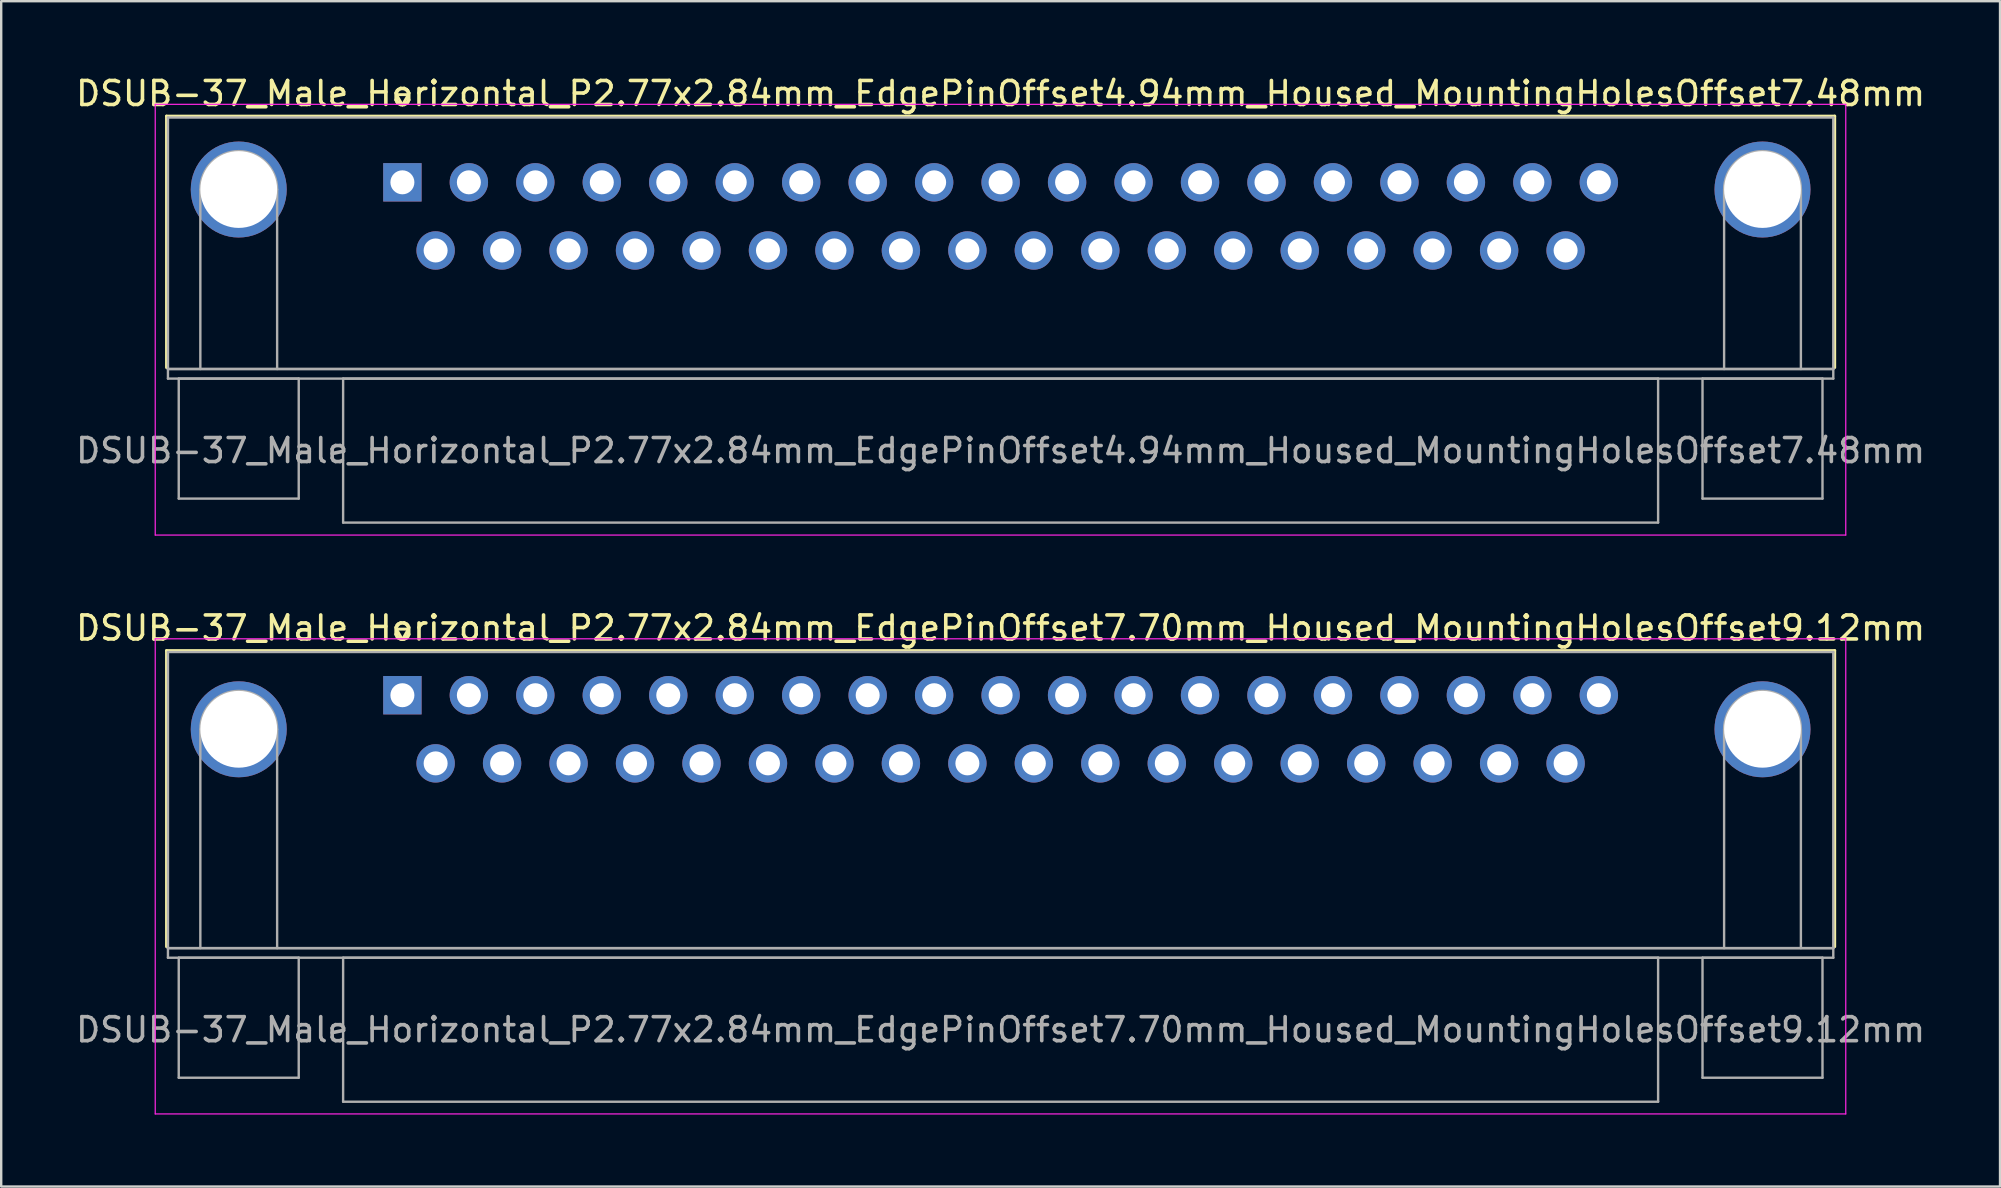
<source format=kicad_pcb>
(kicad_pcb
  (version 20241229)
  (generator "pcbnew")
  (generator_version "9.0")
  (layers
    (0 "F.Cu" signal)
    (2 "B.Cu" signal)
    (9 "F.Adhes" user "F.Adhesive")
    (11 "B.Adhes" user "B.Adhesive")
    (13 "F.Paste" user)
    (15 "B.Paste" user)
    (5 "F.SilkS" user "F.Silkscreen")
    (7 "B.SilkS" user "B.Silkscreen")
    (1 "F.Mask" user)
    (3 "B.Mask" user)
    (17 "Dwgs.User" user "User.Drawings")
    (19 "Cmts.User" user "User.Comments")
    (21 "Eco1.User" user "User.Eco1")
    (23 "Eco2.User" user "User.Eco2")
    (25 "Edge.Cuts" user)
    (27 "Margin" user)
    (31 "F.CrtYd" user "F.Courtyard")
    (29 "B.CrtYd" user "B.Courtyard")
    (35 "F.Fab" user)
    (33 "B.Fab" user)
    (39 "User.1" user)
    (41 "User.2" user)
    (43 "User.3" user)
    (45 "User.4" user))
  (footprint "DSUB-37_Male_Horizontal_P2.77x2.84mm_EdgePinOffset7.70mm_Housed_MountingHolesOffset9.12mm"
    (layer "F.Cu")
    (at 13.719 25.922)
    (property "Reference" "DSUB-37_Male_Horizontal_P2.77x2.84mm_EdgePinOffset7.70mm_Housed_MountingHolesOffset9.12mm" (at 24.93 -2.8 0) (layer "F.SilkS") (effects (font (size 1 1) (thickness 0.15))))
    (attr through_hole)
    (fp_line (start -9.83 -1.86) (end 59.69 -1.86) (stroke (width 0.12) (type solid)) (layer "F.SilkS"))
    (fp_line (start -9.83 10.48) (end -9.83 -1.86) (stroke (width 0.12) (type solid)) (layer "F.SilkS"))
    (fp_line (start -0.25 -2.754) (end 0.25 -2.754) (stroke (width 0.12) (type solid)) (layer "F.SilkS"))
    (fp_line (start 0 -2.321) (end -0.25 -2.754) (stroke (width 0.12) (type solid)) (layer "F.SilkS"))
    (fp_line (start 0.25 -2.754) (end 0 -2.321) (stroke (width 0.12) (type solid)) (layer "F.SilkS"))
    (fp_line (start 59.69 -1.86) (end 59.69 10.48) (stroke (width 0.12) (type solid)) (layer "F.SilkS"))
    (fp_line (start -10.3 -2.35) (end -10.3 17.45) (stroke (width 0.05) (type solid)) (layer "F.CrtYd"))
    (fp_line (start -10.3 17.45) (end 60.15 17.45) (stroke (width 0.05) (type solid)) (layer "F.CrtYd"))
    (fp_line (start 60.15 -2.35) (end -10.3 -2.35) (stroke (width 0.05) (type solid)) (layer "F.CrtYd"))
    (fp_line (start 60.15 17.45) (end 60.15 -2.35) (stroke (width 0.05) (type solid)) (layer "F.CrtYd"))
    (fp_line (start -9.77 -1.8) (end -9.77 10.54) (stroke (width 0.1) (type solid)) (layer "F.Fab"))
    (fp_line (start -9.77 10.54) (end -9.77 10.94) (stroke (width 0.1) (type solid)) (layer "F.Fab"))
    (fp_line (start -9.77 10.54) (end 59.63 10.54) (stroke (width 0.1) (type solid)) (layer "F.Fab"))
    (fp_line (start -9.77 10.94) (end 59.63 10.94) (stroke (width 0.1) (type solid)) (layer "F.Fab"))
    (fp_line (start -9.32 10.94) (end -9.32 15.94) (stroke (width 0.1) (type solid)) (layer "F.Fab"))
    (fp_line (start -9.32 15.94) (end -4.32 15.94) (stroke (width 0.1) (type solid)) (layer "F.Fab"))
    (fp_line (start -8.42 10.54) (end -8.42 1.42) (stroke (width 0.1) (type solid)) (layer "F.Fab"))
    (fp_line (start -5.22 10.54) (end -5.22 1.42) (stroke (width 0.1) (type solid)) (layer "F.Fab"))
    (fp_line (start -4.32 10.94) (end -9.32 10.94) (stroke (width 0.1) (type solid)) (layer "F.Fab"))
    (fp_line (start -4.32 15.94) (end -4.32 10.94) (stroke (width 0.1) (type solid)) (layer "F.Fab"))
    (fp_line (start -2.47 10.94) (end -2.47 16.94) (stroke (width 0.1) (type solid)) (layer "F.Fab"))
    (fp_line (start -2.47 16.94) (end 52.33 16.94) (stroke (width 0.1) (type solid)) (layer "F.Fab"))
    (fp_line (start 52.33 10.94) (end -2.47 10.94) (stroke (width 0.1) (type solid)) (layer "F.Fab"))
    (fp_line (start 52.33 16.94) (end 52.33 10.94) (stroke (width 0.1) (type solid)) (layer "F.Fab"))
    (fp_line (start 54.18 10.94) (end 54.18 15.94) (stroke (width 0.1) (type solid)) (layer "F.Fab"))
    (fp_line (start 54.18 15.94) (end 59.18 15.94) (stroke (width 0.1) (type solid)) (layer "F.Fab"))
    (fp_line (start 55.08 10.54) (end 55.08 1.42) (stroke (width 0.1) (type solid)) (layer "F.Fab"))
    (fp_line (start 58.28 10.54) (end 58.28 1.42) (stroke (width 0.1) (type solid)) (layer "F.Fab"))
    (fp_line (start 59.18 10.94) (end 54.18 10.94) (stroke (width 0.1) (type solid)) (layer "F.Fab"))
    (fp_line (start 59.18 15.94) (end 59.18 10.94) (stroke (width 0.1) (type solid)) (layer "F.Fab"))
    (fp_line (start 59.63 -1.8) (end -9.77 -1.8) (stroke (width 0.1) (type solid)) (layer "F.Fab"))
    (fp_line (start 59.63 10.54) (end -9.77 10.54) (stroke (width 0.1) (type solid)) (layer "F.Fab"))
    (fp_line (start 59.63 10.54) (end 59.63 -1.8) (stroke (width 0.1) (type solid)) (layer "F.Fab"))
    (fp_line (start 59.63 10.94) (end 59.63 10.54) (stroke (width 0.1) (type solid)) (layer "F.Fab"))
    (fp_arc (start -8.42 1.42) (mid -6.82 -0.18) (end -5.22 1.42) (stroke (width 0.1) (type solid)) (layer "F.Fab"))
    (fp_arc (start 55.08 1.42) (mid 56.68 -0.18) (end 58.28 1.42) (stroke (width 0.1) (type solid)) (layer "F.Fab"))
    (fp_text user "${REFERENCE}" (at 24.93 13.94 0) (layer "F.Fab") (effects (font (size 1 1) (thickness 0.15))))
    (pad "0" thru_hole circle (at -6.82 1.42) (size 4 4) (drill 3.2) (layers "*.Cu" "*.Mask"))
    (pad "0" thru_hole circle (at 56.68 1.42) (size 4 4) (drill 3.2) (layers "*.Cu" "*.Mask"))
    (pad "1" thru_hole rect (at 0 0) (size 1.6 1.6) (drill 1) (layers "*.Cu" "*.Mask"))
    (pad "2" thru_hole circle (at 2.77 0) (size 1.6 1.6) (drill 1) (layers "*.Cu" "*.Mask"))
    (pad "3" thru_hole circle (at 5.54 0) (size 1.6 1.6) (drill 1) (layers "*.Cu" "*.Mask"))
    (pad "4" thru_hole circle (at 8.31 0) (size 1.6 1.6) (drill 1) (layers "*.Cu" "*.Mask"))
    (pad "5" thru_hole circle (at 11.08 0) (size 1.6 1.6) (drill 1) (layers "*.Cu" "*.Mask"))
    (pad "6" thru_hole circle (at 13.85 0) (size 1.6 1.6) (drill 1) (layers "*.Cu" "*.Mask"))
    (pad "7" thru_hole circle (at 16.62 0) (size 1.6 1.6) (drill 1) (layers "*.Cu" "*.Mask"))
    (pad "8" thru_hole circle (at 19.39 0) (size 1.6 1.6) (drill 1) (layers "*.Cu" "*.Mask"))
    (pad "9" thru_hole circle (at 22.16 0) (size 1.6 1.6) (drill 1) (layers "*.Cu" "*.Mask"))
    (pad "10" thru_hole circle (at 24.93 0) (size 1.6 1.6) (drill 1) (layers "*.Cu" "*.Mask"))
    (pad "11" thru_hole circle (at 27.7 0) (size 1.6 1.6) (drill 1) (layers "*.Cu" "*.Mask"))
    (pad "12" thru_hole circle (at 30.47 0) (size 1.6 1.6) (drill 1) (layers "*.Cu" "*.Mask"))
    (pad "13" thru_hole circle (at 33.24 0) (size 1.6 1.6) (drill 1) (layers "*.Cu" "*.Mask"))
    (pad "14" thru_hole circle (at 36.01 0) (size 1.6 1.6) (drill 1) (layers "*.Cu" "*.Mask"))
    (pad "15" thru_hole circle (at 38.78 0) (size 1.6 1.6) (drill 1) (layers "*.Cu" "*.Mask"))
    (pad "16" thru_hole circle (at 41.55 0) (size 1.6 1.6) (drill 1) (layers "*.Cu" "*.Mask"))
    (pad "17" thru_hole circle (at 44.32 0) (size 1.6 1.6) (drill 1) (layers "*.Cu" "*.Mask"))
    (pad "18" thru_hole circle (at 47.09 0) (size 1.6 1.6) (drill 1) (layers "*.Cu" "*.Mask"))
    (pad "19" thru_hole circle (at 49.86 0) (size 1.6 1.6) (drill 1) (layers "*.Cu" "*.Mask"))
    (pad "20" thru_hole circle (at 1.385 2.84) (size 1.6 1.6) (drill 1) (layers "*.Cu" "*.Mask"))
    (pad "21" thru_hole circle (at 4.155 2.84) (size 1.6 1.6) (drill 1) (layers "*.Cu" "*.Mask"))
    (pad "22" thru_hole circle (at 6.925 2.84) (size 1.6 1.6) (drill 1) (layers "*.Cu" "*.Mask"))
    (pad "23" thru_hole circle (at 9.695 2.84) (size 1.6 1.6) (drill 1) (layers "*.Cu" "*.Mask"))
    (pad "24" thru_hole circle (at 12.465 2.84) (size 1.6 1.6) (drill 1) (layers "*.Cu" "*.Mask"))
    (pad "25" thru_hole circle (at 15.235 2.84) (size 1.6 1.6) (drill 1) (layers "*.Cu" "*.Mask"))
    (pad "26" thru_hole circle (at 18.005 2.84) (size 1.6 1.6) (drill 1) (layers "*.Cu" "*.Mask"))
    (pad "27" thru_hole circle (at 20.775 2.84) (size 1.6 1.6) (drill 1) (layers "*.Cu" "*.Mask"))
    (pad "28" thru_hole circle (at 23.545 2.84) (size 1.6 1.6) (drill 1) (layers "*.Cu" "*.Mask"))
    (pad "29" thru_hole circle (at 26.315 2.84) (size 1.6 1.6) (drill 1) (layers "*.Cu" "*.Mask"))
    (pad "30" thru_hole circle (at 29.085 2.84) (size 1.6 1.6) (drill 1) (layers "*.Cu" "*.Mask"))
    (pad "31" thru_hole circle (at 31.855 2.84) (size 1.6 1.6) (drill 1) (layers "*.Cu" "*.Mask"))
    (pad "32" thru_hole circle (at 34.625 2.84) (size 1.6 1.6) (drill 1) (layers "*.Cu" "*.Mask"))
    (pad "33" thru_hole circle (at 37.395 2.84) (size 1.6 1.6) (drill 1) (layers "*.Cu" "*.Mask"))
    (pad "34" thru_hole circle (at 40.165 2.84) (size 1.6 1.6) (drill 1) (layers "*.Cu" "*.Mask"))
    (pad "35" thru_hole circle (at 42.935 2.84) (size 1.6 1.6) (drill 1) (layers "*.Cu" "*.Mask"))
    (pad "36" thru_hole circle (at 45.705 2.84) (size 1.6 1.6) (drill 1) (layers "*.Cu" "*.Mask"))
    (pad "37" thru_hole circle (at 48.475 2.84) (size 1.6 1.6) (drill 1) (layers "*.Cu" "*.Mask")))
  (footprint "DSUB-37_Male_Horizontal_P2.77x2.84mm_EdgePinOffset4.94mm_Housed_MountingHolesOffset7.48mm"
    (layer "F.Cu")
    (at 13.719 4.548)
    (property "Reference" "DSUB-37_Male_Horizontal_P2.77x2.84mm_EdgePinOffset4.94mm_Housed_MountingHolesOffset7.48mm" (at 24.93 -3.7 0) (layer "F.SilkS") (effects (font (size 1 1) (thickness 0.15))))
    (attr through_hole)
    (fp_line (start -9.83 -2.76) (end 59.69 -2.76) (stroke (width 0.12) (type solid)) (layer "F.SilkS"))
    (fp_line (start -9.83 7.72) (end -9.83 -2.76) (stroke (width 0.12) (type solid)) (layer "F.SilkS"))
    (fp_line (start -0.25 -3.654) (end 0.25 -3.654) (stroke (width 0.12) (type solid)) (layer "F.SilkS"))
    (fp_line (start 0 -3.221) (end -0.25 -3.654) (stroke (width 0.12) (type solid)) (layer "F.SilkS"))
    (fp_line (start 0.25 -3.654) (end 0 -3.221) (stroke (width 0.12) (type solid)) (layer "F.SilkS"))
    (fp_line (start 59.69 -2.76) (end 59.69 7.72) (stroke (width 0.12) (type solid)) (layer "F.SilkS"))
    (fp_line (start -10.3 -3.25) (end -10.3 14.7) (stroke (width 0.05) (type solid)) (layer "F.CrtYd"))
    (fp_line (start -10.3 14.7) (end 60.15 14.7) (stroke (width 0.05) (type solid)) (layer "F.CrtYd"))
    (fp_line (start 60.15 -3.25) (end -10.3 -3.25) (stroke (width 0.05) (type solid)) (layer "F.CrtYd"))
    (fp_line (start 60.15 14.7) (end 60.15 -3.25) (stroke (width 0.05) (type solid)) (layer "F.CrtYd"))
    (fp_line (start -9.77 -2.7) (end -9.77 7.78) (stroke (width 0.1) (type solid)) (layer "F.Fab"))
    (fp_line (start -9.77 7.78) (end -9.77 8.18) (stroke (width 0.1) (type solid)) (layer "F.Fab"))
    (fp_line (start -9.77 7.78) (end 59.63 7.78) (stroke (width 0.1) (type solid)) (layer "F.Fab"))
    (fp_line (start -9.77 8.18) (end 59.63 8.18) (stroke (width 0.1) (type solid)) (layer "F.Fab"))
    (fp_line (start -9.32 8.18) (end -9.32 13.18) (stroke (width 0.1) (type solid)) (layer "F.Fab"))
    (fp_line (start -9.32 13.18) (end -4.32 13.18) (stroke (width 0.1) (type solid)) (layer "F.Fab"))
    (fp_line (start -8.42 7.78) (end -8.42 0.3) (stroke (width 0.1) (type solid)) (layer "F.Fab"))
    (fp_line (start -5.22 7.78) (end -5.22 0.3) (stroke (width 0.1) (type solid)) (layer "F.Fab"))
    (fp_line (start -4.32 8.18) (end -9.32 8.18) (stroke (width 0.1) (type solid)) (layer "F.Fab"))
    (fp_line (start -4.32 13.18) (end -4.32 8.18) (stroke (width 0.1) (type solid)) (layer "F.Fab"))
    (fp_line (start -2.47 8.18) (end -2.47 14.18) (stroke (width 0.1) (type solid)) (layer "F.Fab"))
    (fp_line (start -2.47 14.18) (end 52.33 14.18) (stroke (width 0.1) (type solid)) (layer "F.Fab"))
    (fp_line (start 52.33 8.18) (end -2.47 8.18) (stroke (width 0.1) (type solid)) (layer "F.Fab"))
    (fp_line (start 52.33 14.18) (end 52.33 8.18) (stroke (width 0.1) (type solid)) (layer "F.Fab"))
    (fp_line (start 54.18 8.18) (end 54.18 13.18) (stroke (width 0.1) (type solid)) (layer "F.Fab"))
    (fp_line (start 54.18 13.18) (end 59.18 13.18) (stroke (width 0.1) (type solid)) (layer "F.Fab"))
    (fp_line (start 55.08 7.78) (end 55.08 0.3) (stroke (width 0.1) (type solid)) (layer "F.Fab"))
    (fp_line (start 58.28 7.78) (end 58.28 0.3) (stroke (width 0.1) (type solid)) (layer "F.Fab"))
    (fp_line (start 59.18 8.18) (end 54.18 8.18) (stroke (width 0.1) (type solid)) (layer "F.Fab"))
    (fp_line (start 59.18 13.18) (end 59.18 8.18) (stroke (width 0.1) (type solid)) (layer "F.Fab"))
    (fp_line (start 59.63 -2.7) (end -9.77 -2.7) (stroke (width 0.1) (type solid)) (layer "F.Fab"))
    (fp_line (start 59.63 7.78) (end -9.77 7.78) (stroke (width 0.1) (type solid)) (layer "F.Fab"))
    (fp_line (start 59.63 7.78) (end 59.63 -2.7) (stroke (width 0.1) (type solid)) (layer "F.Fab"))
    (fp_line (start 59.63 8.18) (end 59.63 7.78) (stroke (width 0.1) (type solid)) (layer "F.Fab"))
    (fp_arc (start -8.42 0.3) (mid -6.82 -1.3) (end -5.22 0.3) (stroke (width 0.1) (type solid)) (layer "F.Fab"))
    (fp_arc (start 55.08 0.3) (mid 56.68 -1.3) (end 58.28 0.3) (stroke (width 0.1) (type solid)) (layer "F.Fab"))
    (fp_text user "${REFERENCE}" (at 24.93 11.18 0) (layer "F.Fab") (effects (font (size 1 1) (thickness 0.15))))
    (pad "0" thru_hole circle (at -6.82 0.3) (size 4 4) (drill 3.2) (layers "*.Cu" "*.Mask"))
    (pad "0" thru_hole circle (at 56.68 0.3) (size 4 4) (drill 3.2) (layers "*.Cu" "*.Mask"))
    (pad "1" thru_hole rect (at 0 0) (size 1.6 1.6) (drill 1) (layers "*.Cu" "*.Mask"))
    (pad "2" thru_hole circle (at 2.77 0) (size 1.6 1.6) (drill 1) (layers "*.Cu" "*.Mask"))
    (pad "3" thru_hole circle (at 5.54 0) (size 1.6 1.6) (drill 1) (layers "*.Cu" "*.Mask"))
    (pad "4" thru_hole circle (at 8.31 0) (size 1.6 1.6) (drill 1) (layers "*.Cu" "*.Mask"))
    (pad "5" thru_hole circle (at 11.08 0) (size 1.6 1.6) (drill 1) (layers "*.Cu" "*.Mask"))
    (pad "6" thru_hole circle (at 13.85 0) (size 1.6 1.6) (drill 1) (layers "*.Cu" "*.Mask"))
    (pad "7" thru_hole circle (at 16.62 0) (size 1.6 1.6) (drill 1) (layers "*.Cu" "*.Mask"))
    (pad "8" thru_hole circle (at 19.39 0) (size 1.6 1.6) (drill 1) (layers "*.Cu" "*.Mask"))
    (pad "9" thru_hole circle (at 22.16 0) (size 1.6 1.6) (drill 1) (layers "*.Cu" "*.Mask"))
    (pad "10" thru_hole circle (at 24.93 0) (size 1.6 1.6) (drill 1) (layers "*.Cu" "*.Mask"))
    (pad "11" thru_hole circle (at 27.7 0) (size 1.6 1.6) (drill 1) (layers "*.Cu" "*.Mask"))
    (pad "12" thru_hole circle (at 30.47 0) (size 1.6 1.6) (drill 1) (layers "*.Cu" "*.Mask"))
    (pad "13" thru_hole circle (at 33.24 0) (size 1.6 1.6) (drill 1) (layers "*.Cu" "*.Mask"))
    (pad "14" thru_hole circle (at 36.01 0) (size 1.6 1.6) (drill 1) (layers "*.Cu" "*.Mask"))
    (pad "15" thru_hole circle (at 38.78 0) (size 1.6 1.6) (drill 1) (layers "*.Cu" "*.Mask"))
    (pad "16" thru_hole circle (at 41.55 0) (size 1.6 1.6) (drill 1) (layers "*.Cu" "*.Mask"))
    (pad "17" thru_hole circle (at 44.32 0) (size 1.6 1.6) (drill 1) (layers "*.Cu" "*.Mask"))
    (pad "18" thru_hole circle (at 47.09 0) (size 1.6 1.6) (drill 1) (layers "*.Cu" "*.Mask"))
    (pad "19" thru_hole circle (at 49.86 0) (size 1.6 1.6) (drill 1) (layers "*.Cu" "*.Mask"))
    (pad "20" thru_hole circle (at 1.385 2.84) (size 1.6 1.6) (drill 1) (layers "*.Cu" "*.Mask"))
    (pad "21" thru_hole circle (at 4.155 2.84) (size 1.6 1.6) (drill 1) (layers "*.Cu" "*.Mask"))
    (pad "22" thru_hole circle (at 6.925 2.84) (size 1.6 1.6) (drill 1) (layers "*.Cu" "*.Mask"))
    (pad "23" thru_hole circle (at 9.695 2.84) (size 1.6 1.6) (drill 1) (layers "*.Cu" "*.Mask"))
    (pad "24" thru_hole circle (at 12.465 2.84) (size 1.6 1.6) (drill 1) (layers "*.Cu" "*.Mask"))
    (pad "25" thru_hole circle (at 15.235 2.84) (size 1.6 1.6) (drill 1) (layers "*.Cu" "*.Mask"))
    (pad "26" thru_hole circle (at 18.005 2.84) (size 1.6 1.6) (drill 1) (layers "*.Cu" "*.Mask"))
    (pad "27" thru_hole circle (at 20.775 2.84) (size 1.6 1.6) (drill 1) (layers "*.Cu" "*.Mask"))
    (pad "28" thru_hole circle (at 23.545 2.84) (size 1.6 1.6) (drill 1) (layers "*.Cu" "*.Mask"))
    (pad "29" thru_hole circle (at 26.315 2.84) (size 1.6 1.6) (drill 1) (layers "*.Cu" "*.Mask"))
    (pad "30" thru_hole circle (at 29.085 2.84) (size 1.6 1.6) (drill 1) (layers "*.Cu" "*.Mask"))
    (pad "31" thru_hole circle (at 31.855 2.84) (size 1.6 1.6) (drill 1) (layers "*.Cu" "*.Mask"))
    (pad "32" thru_hole circle (at 34.625 2.84) (size 1.6 1.6) (drill 1) (layers "*.Cu" "*.Mask"))
    (pad "33" thru_hole circle (at 37.395 2.84) (size 1.6 1.6) (drill 1) (layers "*.Cu" "*.Mask"))
    (pad "34" thru_hole circle (at 40.165 2.84) (size 1.6 1.6) (drill 1) (layers "*.Cu" "*.Mask"))
    (pad "35" thru_hole circle (at 42.935 2.84) (size 1.6 1.6) (drill 1) (layers "*.Cu" "*.Mask"))
    (pad "36" thru_hole circle (at 45.705 2.84) (size 1.6 1.6) (drill 1) (layers "*.Cu" "*.Mask"))
    (pad "37" thru_hole circle (at 48.475 2.84) (size 1.6 1.6) (drill 1) (layers "*.Cu" "*.Mask")))
  (gr_rect
    (start -3 -3)
    (end 80.298 46.397)
    (stroke (width 0.1) (type default))
    (fill no)
    (layer "Edge.Cuts")))
</source>
